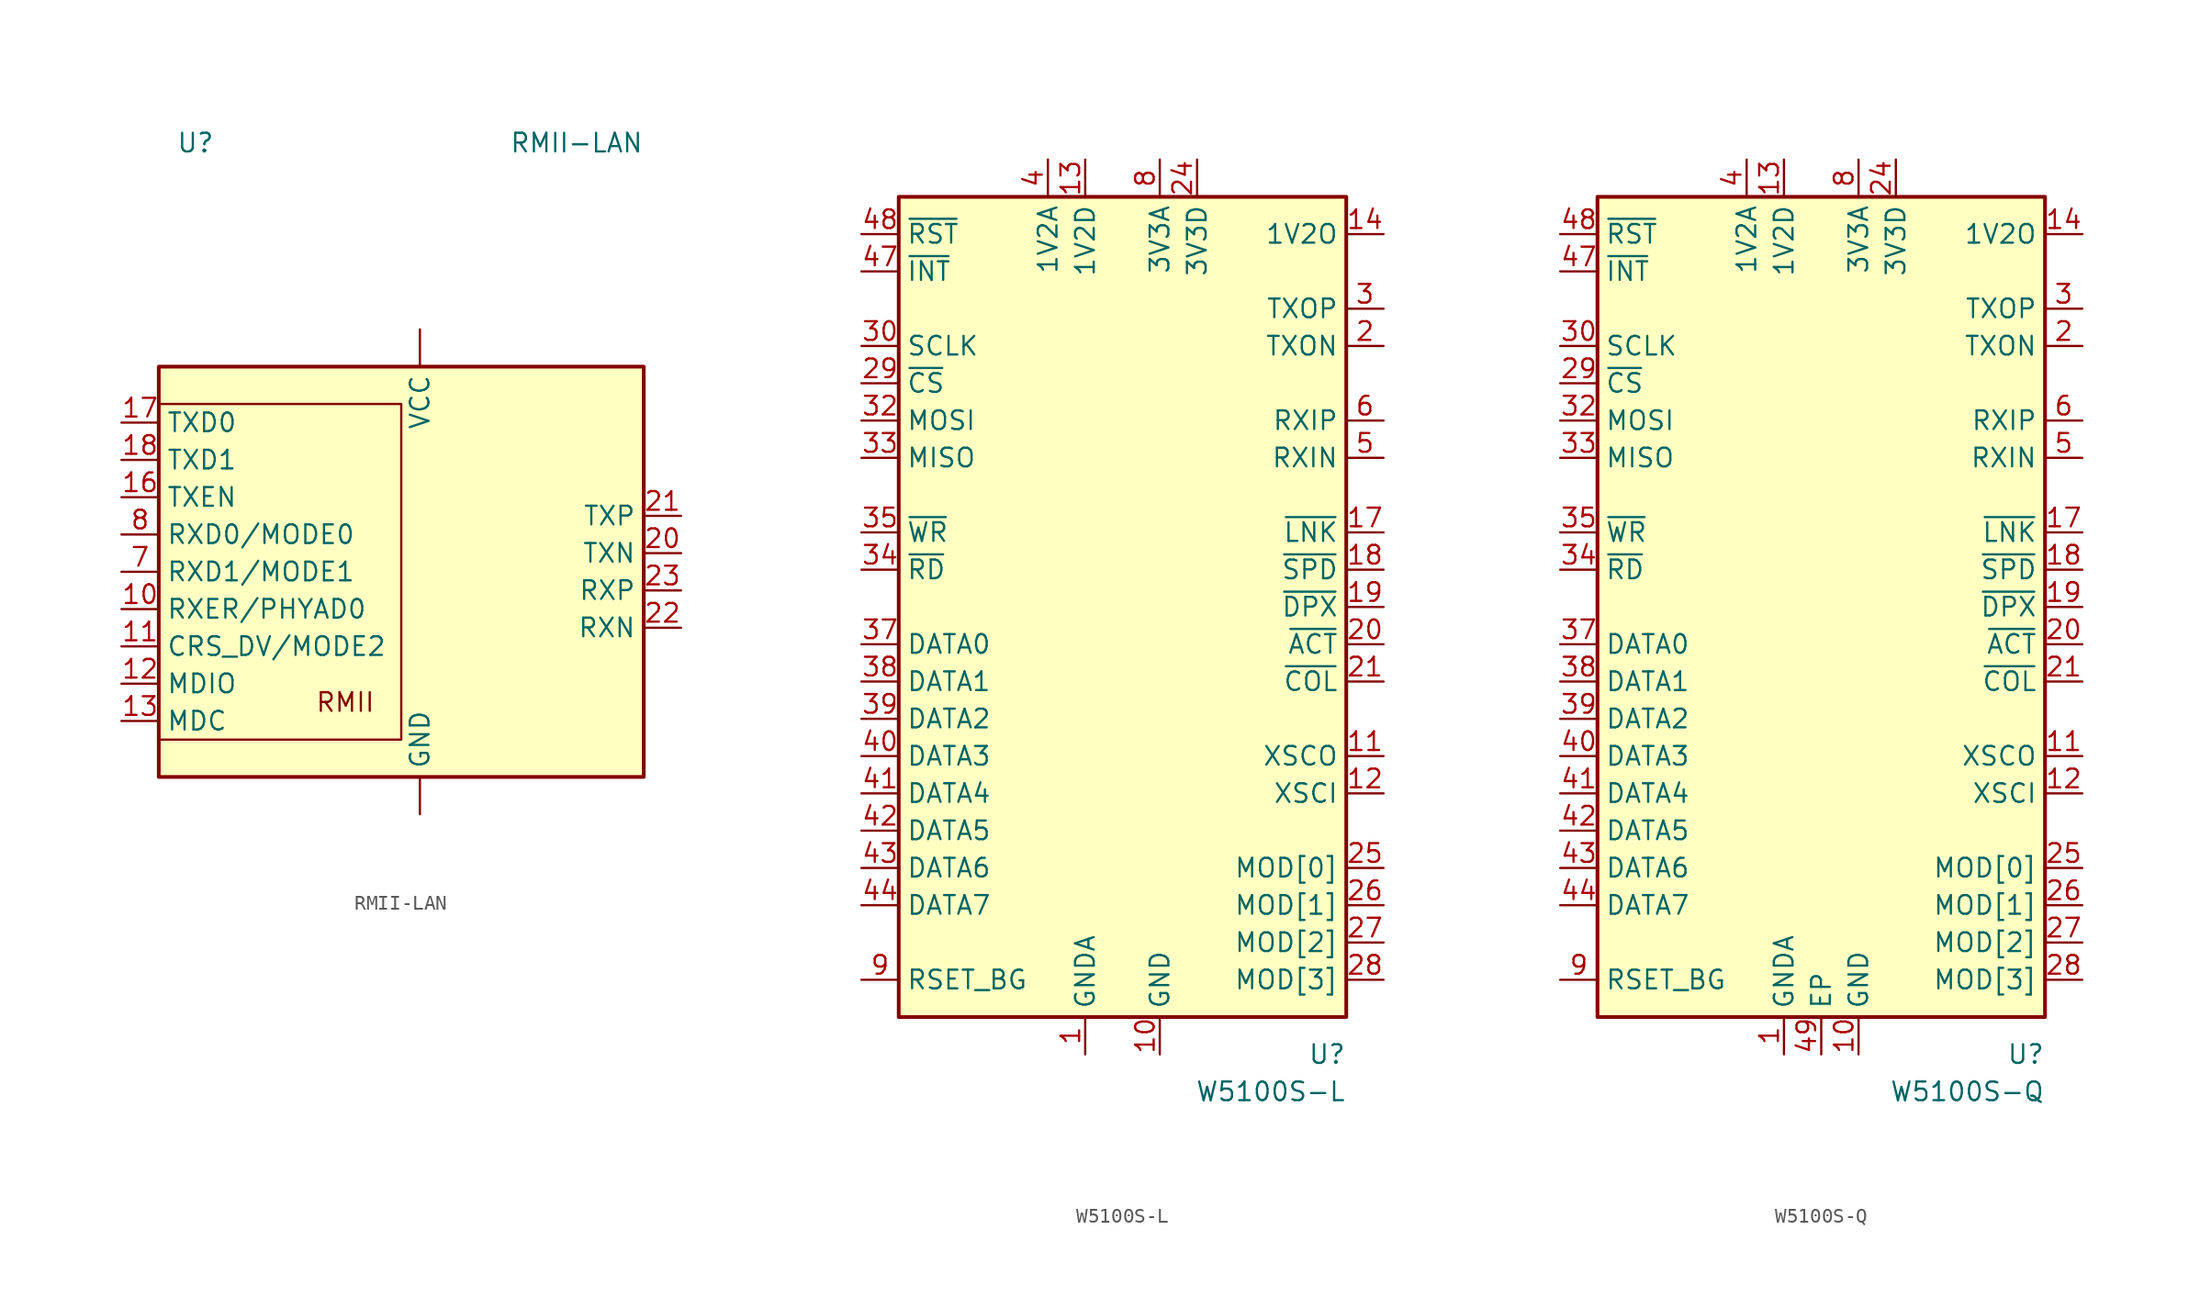
<source format=kicad_sym>
(kicad_symbol_lib
  (version 20231120)
  (generator "kicad_symbol_editor")
  (generator_version "8.0")
  (symbol "RMII-LAN"
    (property "Reference" "U"
      (at -13.97 29.21 0)
      (effects (font (size 1.27 1.27)) (justify right)))
    (property "Value" "RMII-LAN"
      (at 15.24 29.21 0)
      (effects (font (size 1.27 1.27)) (justify right)))
    (symbol "RMII-LAN_0_0"
      (text "RMII" (at -5.08 -8.89 0) (effects (font (size 1.27 1.27)))))
    (symbol "RMII-LAN_0_1"
      (rectangle (start -17.78 13.97) (end 15.24 -13.97) (stroke (width 0.254) (type default)) (fill (type background)))
      (polyline (pts (xy -17.78 -11.43) (xy -1.27 -11.43) (xy -1.27 11.43) (xy -17.78 11.43)) (stroke (width 0) (type default)) (fill (type none))))
    (symbol "RMII-LAN_1_1"
      (pin power_in line (at 0 -16.51 90) (length 2.54) (name "GND" (effects (font (size 1.27 1.27)))) (number "" (effects (font (size 1.27 1.27)))))
      (pin power_in line (at 0 16.51 270) (length 2.54) (name "VCC" (effects (font (size 1.27 1.27)))) (number "" (effects (font (size 1.27 1.27)))))
      (pin output line (at -20.32 -2.54 0) (length 2.54) (name "RXER/PHYAD0" (effects (font (size 1.27 1.27)))) (number "10" (effects (font (size 1.27 1.27)))))
      (pin bidirectional line (at -20.32 -5.08 0) (length 2.54) (name "CRS_DV/MODE2" (effects (font (size 1.27 1.27)))) (number "11" (effects (font (size 1.27 1.27)))))
      (pin bidirectional line (at -20.32 -7.62 0) (length 2.54) (name "MDIO" (effects (font (size 1.27 1.27)))) (number "12" (effects (font (size 1.27 1.27)))))
      (pin input line (at -20.32 -10.16 0) (length 2.54) (name "MDC" (effects (font (size 1.27 1.27)))) (number "13" (effects (font (size 1.27 1.27)))))
      (pin input line (at -20.32 5.08 0) (length 2.54) (name "TXEN" (effects (font (size 1.27 1.27)))) (number "16" (effects (font (size 1.27 1.27)))))
      (pin input line (at -20.32 10.16 0) (length 2.54) (name "TXD0" (effects (font (size 1.27 1.27)))) (number "17" (effects (font (size 1.27 1.27)))))
      (pin input line (at -20.32 7.62 0) (length 2.54) (name "TXD1" (effects (font (size 1.27 1.27)))) (number "18" (effects (font (size 1.27 1.27)))))
      (pin bidirectional line (at 17.78 1.27 180) (length 2.54) (name "TXN" (effects (font (size 1.27 1.27)))) (number "20" (effects (font (size 1.27 1.27)))))
      (pin bidirectional line (at 17.78 3.81 180) (length 2.54) (name "TXP" (effects (font (size 1.27 1.27)))) (number "21" (effects (font (size 1.27 1.27)))))
      (pin bidirectional line (at 17.78 -3.81 180) (length 2.54) (name "RXN" (effects (font (size 1.27 1.27)))) (number "22" (effects (font (size 1.27 1.27)))))
      (pin bidirectional line (at 17.78 -1.27 180) (length 2.54) (name "RXP" (effects (font (size 1.27 1.27)))) (number "23" (effects (font (size 1.27 1.27)))))
      (pin bidirectional line (at -20.32 0 0) (length 2.54) (name "RXD1/MODE1" (effects (font (size 1.27 1.27)))) (number "7" (effects (font (size 1.27 1.27)))))
      (pin bidirectional line (at -20.32 2.54 0) (length 2.54) (name "RXD0/MODE0" (effects (font (size 1.27 1.27)))) (number "8" (effects (font (size 1.27 1.27)))))))
  (symbol "W5100S-L"
    (property "Reference" "U"
      (at 15.24 -30.48 0)
      (effects (font (size 1.27 1.27)) (justify right)))
    (property "Value" "W5100S-L"
      (at 15.24 -33.02 0)
      (effects (font (size 1.27 1.27)) (justify right)))
    (symbol "W5100S-L_0_1"
      (rectangle (start -15.24 27.94) (end 15.24 -27.94) (stroke (width 0.254) (type default)) (fill (type background))))
    (symbol "W5100S-L_1_0"
      (pin input line (at -17.78 25.4 0) (length 2.54) (name "~{RST}" (effects (font (size 1.27 1.27)))) (number "48" (effects (font (size 1.27 1.27))))))
    (symbol "W5100S-L_1_1"
      (pin power_in line (at -2.54 -30.48 90) (length 2.54) (name "GNDA" (effects (font (size 1.27 1.27)))) (number "1" (effects (font (size 1.27 1.27)))))
      (pin power_in line (at 2.54 -30.48 90) (length 2.54) (name "GND" (effects (font (size 1.27 1.27)))) (number "10" (effects (font (size 1.27 1.27)))))
      (pin output line (at 17.78 -10.16 180) (length 2.54) (name "XSCO" (effects (font (size 1.27 1.27)))) (number "11" (effects (font (size 1.27 1.27)))))
      (pin input line (at 17.78 -12.7 180) (length 2.54) (name "XSCI" (effects (font (size 1.27 1.27)))) (number "12" (effects (font (size 1.27 1.27)))))
      (pin power_in line (at -2.54 30.48 270) (length 2.54) (name "1V2D" (effects (font (size 1.27 1.27)))) (number "13" (effects (font (size 1.27 1.27)))))
      (pin power_out line (at 17.78 25.4 180) (length 2.54) (name "1V2O" (effects (font (size 1.27 1.27)))) (number "14" (effects (font (size 1.27 1.27)))))
      (pin passive line (at 2.54 30.48 270) (length 2.54) hide (name "3V3A" (effects (font (size 1.27 1.27)))) (number "15" (effects (font (size 1.27 1.27)))))
      (pin passive line (at -2.54 -30.48 90) (length 2.54) hide (name "GNDA" (effects (font (size 1.27 1.27)))) (number "16" (effects (font (size 1.27 1.27)))))
      (pin output line (at 17.78 5.08 180) (length 2.54) (name "~{LNK}" (effects (font (size 1.27 1.27)))) (number "17" (effects (font (size 1.27 1.27)))))
      (pin output line (at 17.78 2.54 180) (length 2.54) (name "~{SPD}" (effects (font (size 1.27 1.27)))) (number "18" (effects (font (size 1.27 1.27)))))
      (pin output line (at 17.78 0 180) (length 2.54) (name "~{DPX}" (effects (font (size 1.27 1.27)))) (number "19" (effects (font (size 1.27 1.27)))))
      (pin output line (at 17.78 17.78 180) (length 2.54) (name "TXON" (effects (font (size 1.27 1.27)))) (number "2" (effects (font (size 1.27 1.27)))))
      (pin output line (at 17.78 -2.54 180) (length 2.54) (name "~{ACT}" (effects (font (size 1.27 1.27)))) (number "20" (effects (font (size 1.27 1.27)))))
      (pin output line (at 17.78 -5.08 180) (length 2.54) (name "~{COL}" (effects (font (size 1.27 1.27)))) (number "21" (effects (font (size 1.27 1.27)))))
      (pin passive line (at -2.54 30.48 270) (length 2.54) hide (name "1V2D" (effects (font (size 1.27 1.27)))) (number "22" (effects (font (size 1.27 1.27)))))
      (pin passive line (at 2.54 -30.48 90) (length 2.54) hide (name "GND" (effects (font (size 1.27 1.27)))) (number "23" (effects (font (size 1.27 1.27)))))
      (pin power_in line (at 5.08 30.48 270) (length 2.54) (name "3V3D" (effects (font (size 1.27 1.27)))) (number "24" (effects (font (size 1.27 1.27)))))
      (pin input line (at 17.78 -17.78 180) (length 2.54) (name "MOD[0]" (effects (font (size 1.27 1.27)))) (number "25" (effects (font (size 1.27 1.27)))))
      (pin input line (at 17.78 -20.32 180) (length 2.54) (name "MOD[1]" (effects (font (size 1.27 1.27)))) (number "26" (effects (font (size 1.27 1.27)))))
      (pin input line (at 17.78 -22.86 180) (length 2.54) (name "MOD[2]" (effects (font (size 1.27 1.27)))) (number "27" (effects (font (size 1.27 1.27)))))
      (pin input line (at 17.78 -25.4 180) (length 2.54) (name "MOD[3]" (effects (font (size 1.27 1.27)))) (number "28" (effects (font (size 1.27 1.27)))))
      (pin input line (at -17.78 15.24 0) (length 2.54) (name "~{CS}" (effects (font (size 1.27 1.27)))) (number "29" (effects (font (size 1.27 1.27)))))
      (pin output line (at 17.78 20.32 180) (length 2.54) (name "TXOP" (effects (font (size 1.27 1.27)))) (number "3" (effects (font (size 1.27 1.27)))))
      (pin input line (at -17.78 17.78 0) (length 2.54) (name "SCLK" (effects (font (size 1.27 1.27)))) (number "30" (effects (font (size 1.27 1.27)))))
      (pin passive line (at -2.54 30.48 270) (length 2.54) hide (name "1V2D" (effects (font (size 1.27 1.27)))) (number "31" (effects (font (size 1.27 1.27)))))
      (pin input line (at -17.78 12.7 0) (length 2.54) (name "MOSI" (effects (font (size 1.27 1.27)))) (number "32" (effects (font (size 1.27 1.27)))) (alternate "ADDR0" input line))
      (pin output line (at -17.78 10.16 0) (length 2.54) (name "MISO" (effects (font (size 1.27 1.27)))) (number "33" (effects (font (size 1.27 1.27)))) (alternate "ADDR1" input line))
      (pin input line (at -17.78 2.54 0) (length 2.54) (name "~{RD}" (effects (font (size 1.27 1.27)))) (number "34" (effects (font (size 1.27 1.27)))))
      (pin input line (at -17.78 5.08 0) (length 2.54) (name "~{WR}" (effects (font (size 1.27 1.27)))) (number "35" (effects (font (size 1.27 1.27)))))
      (pin passive line (at 5.08 30.48 270) (length 2.54) hide (name "3V3D" (effects (font (size 1.27 1.27)))) (number "36" (effects (font (size 1.27 1.27)))))
      (pin bidirectional line (at -17.78 -2.54 0) (length 2.54) (name "DATA0" (effects (font (size 1.27 1.27)))) (number "37" (effects (font (size 1.27 1.27)))))
      (pin bidirectional line (at -17.78 -5.08 0) (length 2.54) (name "DATA1" (effects (font (size 1.27 1.27)))) (number "38" (effects (font (size 1.27 1.27)))))
      (pin bidirectional line (at -17.78 -7.62 0) (length 2.54) (name "DATA2" (effects (font (size 1.27 1.27)))) (number "39" (effects (font (size 1.27 1.27)))))
      (pin power_in line (at -5.08 30.48 270) (length 2.54) (name "1V2A" (effects (font (size 1.27 1.27)))) (number "4" (effects (font (size 1.27 1.27)))))
      (pin bidirectional line (at -17.78 -10.16 0) (length 2.54) (name "DATA3" (effects (font (size 1.27 1.27)))) (number "40" (effects (font (size 1.27 1.27)))))
      (pin bidirectional line (at -17.78 -12.7 0) (length 2.54) (name "DATA4" (effects (font (size 1.27 1.27)))) (number "41" (effects (font (size 1.27 1.27)))))
      (pin bidirectional line (at -17.78 -15.24 0) (length 2.54) (name "DATA5" (effects (font (size 1.27 1.27)))) (number "42" (effects (font (size 1.27 1.27)))))
      (pin bidirectional line (at -17.78 -17.78 0) (length 2.54) (name "DATA6" (effects (font (size 1.27 1.27)))) (number "43" (effects (font (size 1.27 1.27)))))
      (pin bidirectional line (at -17.78 -20.32 0) (length 2.54) (name "DATA7" (effects (font (size 1.27 1.27)))) (number "44" (effects (font (size 1.27 1.27)))))
      (pin passive line (at -2.54 30.48 270) (length 2.54) hide (name "1V2D" (effects (font (size 1.27 1.27)))) (number "45" (effects (font (size 1.27 1.27)))))
      (pin passive line (at 2.54 -30.48 90) (length 2.54) hide (name "GND" (effects (font (size 1.27 1.27)))) (number "46" (effects (font (size 1.27 1.27)))))
      (pin output line (at -17.78 22.86 0) (length 2.54) (name "~{INT}" (effects (font (size 1.27 1.27)))) (number "47" (effects (font (size 1.27 1.27)))))
      (pin input line (at 17.78 10.16 180) (length 2.54) (name "RXIN" (effects (font (size 1.27 1.27)))) (number "5" (effects (font (size 1.27 1.27)))))
      (pin input line (at 17.78 12.7 180) (length 2.54) (name "RXIP" (effects (font (size 1.27 1.27)))) (number "6" (effects (font (size 1.27 1.27)))))
      (pin passive line (at -2.54 -30.48 90) (length 2.54) hide (name "GNDA" (effects (font (size 1.27 1.27)))) (number "7" (effects (font (size 1.27 1.27)))))
      (pin power_in line (at 2.54 30.48 270) (length 2.54) (name "3V3A" (effects (font (size 1.27 1.27)))) (number "8" (effects (font (size 1.27 1.27)))))
      (pin output line (at -17.78 -25.4 0) (length 2.54) (name "RSET_BG" (effects (font (size 1.27 1.27)))) (number "9" (effects (font (size 1.27 1.27)))))))
  (symbol "W5100S-Q"
    (property "Reference" "U"
      (at 15.24 -30.48 0)
      (effects (font (size 1.27 1.27)) (justify right)))
    (property "Value" "W5100S-Q"
      (at 15.24 -33.02 0)
      (effects (font (size 1.27 1.27)) (justify right)))
    (symbol "W5100S-Q_0_1"
      (rectangle (start -15.24 27.94) (end 15.24 -27.94) (stroke (width 0.254) (type default)) (fill (type background))))
    (symbol "W5100S-Q_1_0"
      (pin input line (at -17.78 25.4 0) (length 2.54) (name "~{RST}" (effects (font (size 1.27 1.27)))) (number "48" (effects (font (size 1.27 1.27))))))
    (symbol "W5100S-Q_1_1"
      (pin power_in line (at -2.54 -30.48 90) (length 2.54) (name "GNDA" (effects (font (size 1.27 1.27)))) (number "1" (effects (font (size 1.27 1.27)))))
      (pin power_in line (at 2.54 -30.48 90) (length 2.54) (name "GND" (effects (font (size 1.27 1.27)))) (number "10" (effects (font (size 1.27 1.27)))))
      (pin output line (at 17.78 -10.16 180) (length 2.54) (name "XSCO" (effects (font (size 1.27 1.27)))) (number "11" (effects (font (size 1.27 1.27)))))
      (pin input line (at 17.78 -12.7 180) (length 2.54) (name "XSCI" (effects (font (size 1.27 1.27)))) (number "12" (effects (font (size 1.27 1.27)))))
      (pin power_in line (at -2.54 30.48 270) (length 2.54) (name "1V2D" (effects (font (size 1.27 1.27)))) (number "13" (effects (font (size 1.27 1.27)))))
      (pin power_out line (at 17.78 25.4 180) (length 2.54) (name "1V2O" (effects (font (size 1.27 1.27)))) (number "14" (effects (font (size 1.27 1.27)))))
      (pin passive line (at 2.54 30.48 270) (length 2.54) hide (name "3V3A" (effects (font (size 1.27 1.27)))) (number "15" (effects (font (size 1.27 1.27)))))
      (pin passive line (at -2.54 -30.48 90) (length 2.54) hide (name "GNDA" (effects (font (size 1.27 1.27)))) (number "16" (effects (font (size 1.27 1.27)))))
      (pin output line (at 17.78 5.08 180) (length 2.54) (name "~{LNK}" (effects (font (size 1.27 1.27)))) (number "17" (effects (font (size 1.27 1.27)))))
      (pin output line (at 17.78 2.54 180) (length 2.54) (name "~{SPD}" (effects (font (size 1.27 1.27)))) (number "18" (effects (font (size 1.27 1.27)))))
      (pin output line (at 17.78 0 180) (length 2.54) (name "~{DPX}" (effects (font (size 1.27 1.27)))) (number "19" (effects (font (size 1.27 1.27)))))
      (pin output line (at 17.78 17.78 180) (length 2.54) (name "TXON" (effects (font (size 1.27 1.27)))) (number "2" (effects (font (size 1.27 1.27)))))
      (pin output line (at 17.78 -2.54 180) (length 2.54) (name "~{ACT}" (effects (font (size 1.27 1.27)))) (number "20" (effects (font (size 1.27 1.27)))))
      (pin output line (at 17.78 -5.08 180) (length 2.54) (name "~{COL}" (effects (font (size 1.27 1.27)))) (number "21" (effects (font (size 1.27 1.27)))))
      (pin passive line (at -2.54 30.48 270) (length 2.54) hide (name "1V2D" (effects (font (size 1.27 1.27)))) (number "22" (effects (font (size 1.27 1.27)))))
      (pin passive line (at 2.54 -30.48 90) (length 2.54) hide (name "GND" (effects (font (size 1.27 1.27)))) (number "23" (effects (font (size 1.27 1.27)))))
      (pin power_in line (at 5.08 30.48 270) (length 2.54) (name "3V3D" (effects (font (size 1.27 1.27)))) (number "24" (effects (font (size 1.27 1.27)))))
      (pin input line (at 17.78 -17.78 180) (length 2.54) (name "MOD[0]" (effects (font (size 1.27 1.27)))) (number "25" (effects (font (size 1.27 1.27)))))
      (pin input line (at 17.78 -20.32 180) (length 2.54) (name "MOD[1]" (effects (font (size 1.27 1.27)))) (number "26" (effects (font (size 1.27 1.27)))))
      (pin input line (at 17.78 -22.86 180) (length 2.54) (name "MOD[2]" (effects (font (size 1.27 1.27)))) (number "27" (effects (font (size 1.27 1.27)))))
      (pin input line (at 17.78 -25.4 180) (length 2.54) (name "MOD[3]" (effects (font (size 1.27 1.27)))) (number "28" (effects (font (size 1.27 1.27)))))
      (pin input line (at -17.78 15.24 0) (length 2.54) (name "~{CS}" (effects (font (size 1.27 1.27)))) (number "29" (effects (font (size 1.27 1.27)))))
      (pin output line (at 17.78 20.32 180) (length 2.54) (name "TXOP" (effects (font (size 1.27 1.27)))) (number "3" (effects (font (size 1.27 1.27)))))
      (pin input line (at -17.78 17.78 0) (length 2.54) (name "SCLK" (effects (font (size 1.27 1.27)))) (number "30" (effects (font (size 1.27 1.27)))))
      (pin passive line (at -2.54 30.48 270) (length 2.54) hide (name "1V2D" (effects (font (size 1.27 1.27)))) (number "31" (effects (font (size 1.27 1.27)))))
      (pin input line (at -17.78 12.7 0) (length 2.54) (name "MOSI" (effects (font (size 1.27 1.27)))) (number "32" (effects (font (size 1.27 1.27)))) (alternate "ADDR0" input line))
      (pin output line (at -17.78 10.16 0) (length 2.54) (name "MISO" (effects (font (size 1.27 1.27)))) (number "33" (effects (font (size 1.27 1.27)))) (alternate "ADDR1" input line))
      (pin input line (at -17.78 2.54 0) (length 2.54) (name "~{RD}" (effects (font (size 1.27 1.27)))) (number "34" (effects (font (size 1.27 1.27)))))
      (pin input line (at -17.78 5.08 0) (length 2.54) (name "~{WR}" (effects (font (size 1.27 1.27)))) (number "35" (effects (font (size 1.27 1.27)))))
      (pin passive line (at 5.08 30.48 270) (length 2.54) hide (name "3V3D" (effects (font (size 1.27 1.27)))) (number "36" (effects (font (size 1.27 1.27)))))
      (pin bidirectional line (at -17.78 -2.54 0) (length 2.54) (name "DATA0" (effects (font (size 1.27 1.27)))) (number "37" (effects (font (size 1.27 1.27)))))
      (pin bidirectional line (at -17.78 -5.08 0) (length 2.54) (name "DATA1" (effects (font (size 1.27 1.27)))) (number "38" (effects (font (size 1.27 1.27)))))
      (pin bidirectional line (at -17.78 -7.62 0) (length 2.54) (name "DATA2" (effects (font (size 1.27 1.27)))) (number "39" (effects (font (size 1.27 1.27)))))
      (pin power_in line (at -5.08 30.48 270) (length 2.54) (name "1V2A" (effects (font (size 1.27 1.27)))) (number "4" (effects (font (size 1.27 1.27)))))
      (pin bidirectional line (at -17.78 -10.16 0) (length 2.54) (name "DATA3" (effects (font (size 1.27 1.27)))) (number "40" (effects (font (size 1.27 1.27)))))
      (pin bidirectional line (at -17.78 -12.7 0) (length 2.54) (name "DATA4" (effects (font (size 1.27 1.27)))) (number "41" (effects (font (size 1.27 1.27)))))
      (pin bidirectional line (at -17.78 -15.24 0) (length 2.54) (name "DATA5" (effects (font (size 1.27 1.27)))) (number "42" (effects (font (size 1.27 1.27)))))
      (pin bidirectional line (at -17.78 -17.78 0) (length 2.54) (name "DATA6" (effects (font (size 1.27 1.27)))) (number "43" (effects (font (size 1.27 1.27)))))
      (pin bidirectional line (at -17.78 -20.32 0) (length 2.54) (name "DATA7" (effects (font (size 1.27 1.27)))) (number "44" (effects (font (size 1.27 1.27)))))
      (pin passive line (at -2.54 30.48 270) (length 2.54) hide (name "1V2D" (effects (font (size 1.27 1.27)))) (number "45" (effects (font (size 1.27 1.27)))))
      (pin passive line (at 2.54 -30.48 90) (length 2.54) hide (name "GND" (effects (font (size 1.27 1.27)))) (number "46" (effects (font (size 1.27 1.27)))))
      (pin output line (at -17.78 22.86 0) (length 2.54) (name "~{INT}" (effects (font (size 1.27 1.27)))) (number "47" (effects (font (size 1.27 1.27)))))
      (pin passive line (at 0 -30.48 90) (length 2.54) (name "EP" (effects (font (size 1.27 1.27)))) (number "49" (effects (font (size 1.27 1.27)))))
      (pin input line (at 17.78 10.16 180) (length 2.54) (name "RXIN" (effects (font (size 1.27 1.27)))) (number "5" (effects (font (size 1.27 1.27)))))
      (pin input line (at 17.78 12.7 180) (length 2.54) (name "RXIP" (effects (font (size 1.27 1.27)))) (number "6" (effects (font (size 1.27 1.27)))))
      (pin passive line (at -2.54 -30.48 90) (length 2.54) hide (name "GNDA" (effects (font (size 1.27 1.27)))) (number "7" (effects (font (size 1.27 1.27)))))
      (pin power_in line (at 2.54 30.48 270) (length 2.54) (name "3V3A" (effects (font (size 1.27 1.27)))) (number "8" (effects (font (size 1.27 1.27)))))
      (pin output line (at -17.78 -25.4 0) (length 2.54) (name "RSET_BG" (effects (font (size 1.27 1.27)))) (number "9" (effects (font (size 1.27 1.27))))))))
</source>
